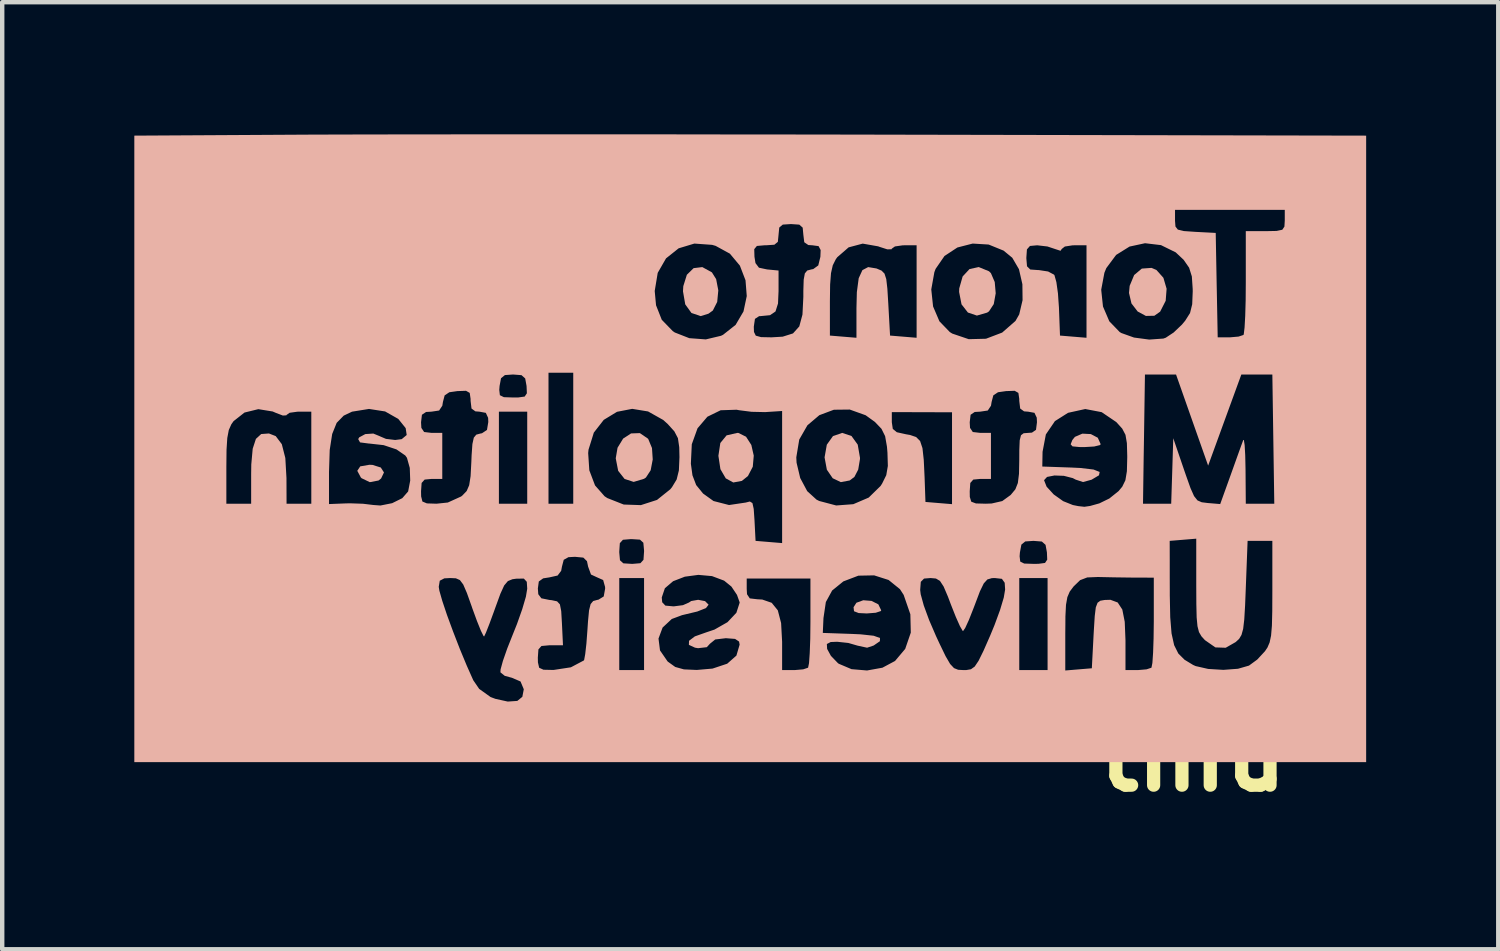
<source format=kicad_pcb>
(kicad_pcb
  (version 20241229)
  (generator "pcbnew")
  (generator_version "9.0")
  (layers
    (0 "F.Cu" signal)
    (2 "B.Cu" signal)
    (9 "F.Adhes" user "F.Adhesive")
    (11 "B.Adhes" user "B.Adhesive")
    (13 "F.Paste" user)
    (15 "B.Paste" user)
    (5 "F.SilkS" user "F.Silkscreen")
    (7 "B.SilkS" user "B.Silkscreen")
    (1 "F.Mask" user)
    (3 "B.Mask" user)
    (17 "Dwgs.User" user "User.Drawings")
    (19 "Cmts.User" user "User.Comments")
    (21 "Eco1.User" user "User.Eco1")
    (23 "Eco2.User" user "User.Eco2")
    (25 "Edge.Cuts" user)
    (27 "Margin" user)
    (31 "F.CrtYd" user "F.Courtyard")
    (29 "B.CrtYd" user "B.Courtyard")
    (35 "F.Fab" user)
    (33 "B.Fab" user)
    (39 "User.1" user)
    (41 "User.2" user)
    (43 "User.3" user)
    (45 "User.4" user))
  (footprint "tmu"
    (layer "F.Cu")
    (at 15.081 6.097)
    (property "Reference" "tmu" (at 8.958 8.004 0) (layer "F.SilkS") (effects (font (size 1.5 1.5) (thickness 0.3))))
    (attr board_only exclude_from_pos_files exclude_from_bom)
    (fp_poly (pts (xy -9.951 1.443) (xy -10.018 1.544) (xy -9.938 1.694) (xy -9.92 1.712) (xy -9.734 1.802) (xy -9.535 1.764) (xy -9.477 1.718) (xy -9.412 1.581) (xy -9.484 1.469) (xy -9.672 1.41) (xy -9.744 1.407)) (stroke (width 0) (type solid)) (fill yes) (layer "B.SilkS"))
    (fp_poly (pts (xy 1.316 4.54) (xy 1.251 4.642) (xy 1.262 4.733) (xy 1.367 4.774) (xy 1.552 4.783) (xy 1.755 4.767) (xy 1.87 4.729) (xy 1.879 4.712) (xy 1.814 4.576) (xy 1.659 4.498) (xy 1.472 4.483)) (stroke (width 0) (type solid)) (fill yes) (layer "B.SilkS"))
    (fp_poly (pts (xy 6.278 0.773) (xy 6.22 0.844) (xy 6.181 0.942) (xy 6.223 0.989) (xy 6.379 1.004) (xy 6.498 1.005) (xy 6.715 0.992) (xy 6.846 0.96) (xy 6.863 0.94) (xy 6.797 0.793) (xy 6.639 0.71) (xy 6.447 0.7)) (stroke (width 0) (type solid)) (fill yes) (layer "B.SilkS"))
    (fp_poly (pts (xy -2.381 -3.058) (xy -2.534 -2.908) (xy -2.615 -2.649) (xy -2.622 -2.532) (xy -2.571 -2.236) (xy -2.43 -2.04) (xy -2.22 -1.969) (xy -2.043 -2.024) (xy -1.944 -2.096) (xy -1.845 -2.291) (xy -1.82 -2.553) (xy -1.869 -2.808) (xy -1.965 -2.962) (xy -2.183 -3.082)) (stroke (width 0) (type solid)) (fill yes) (layer "B.SilkS"))
    (fp_poly (pts (xy -1.632 0.739) (xy -1.774 0.912) (xy -1.818 1.203) (xy -1.772 1.507) (xy -1.651 1.715) (xy -1.48 1.809) (xy -1.285 1.773) (xy -1.147 1.662) (xy -1.037 1.451) (xy -1.015 1.2) (xy -1.07 0.957) (xy -1.19 0.77) (xy -1.363 0.684) (xy -1.387 0.683)) (stroke (width 0) (type solid)) (fill yes) (layer "B.SilkS"))
    (fp_poly (pts (xy 0.784 0.755) (xy 0.644 0.951) (xy 0.593 1.239) (xy 0.645 1.519) (xy 0.778 1.713) (xy 0.962 1.801) (xy 1.164 1.763) (xy 1.271 1.682) (xy 1.357 1.516) (xy 1.397 1.276) (xy 1.397 1.246) (xy 1.346 0.95) (xy 1.205 0.754) (xy 0.995 0.683)) (stroke (width 0) (type solid)) (fill yes) (layer "B.SilkS"))
    (fp_poly (pts (xy 7.797 -3.048) (xy 7.623 -2.902) (xy 7.521 -2.656) (xy 7.506 -2.495) (xy 7.562 -2.256) (xy 7.702 -2.074) (xy 7.889 -1.973) (xy 8.082 -1.977) (xy 8.213 -2.07) (xy 8.339 -2.317) (xy 8.36 -2.59) (xy 8.287 -2.839) (xy 8.128 -3.017) (xy 8.018 -3.064)) (stroke (width 0) (type solid)) (fill yes) (layer "B.SilkS"))
    (fp_poly (pts (xy -3.801 0.695) (xy -3.981 0.812) (xy -4.108 1.02) (xy -4.149 1.26) (xy -4.094 1.544) (xy -3.948 1.729) (xy -3.742 1.796) (xy -3.506 1.725) (xy -3.463 1.696) (xy -3.356 1.532) (xy -3.309 1.286) (xy -3.326 1.027) (xy -3.411 0.822) (xy -3.417 0.814) (xy -3.601 0.688)) (stroke (width 0) (type solid)) (fill yes) (layer "B.SilkS"))
    (fp_poly (pts (xy 3.884 -3.037) (xy 3.728 -2.869) (xy 3.651 -2.598) (xy 3.648 -2.518) (xy 3.703 -2.236) (xy 3.848 -2.05) (xy 4.052 -1.981) (xy 4.284 -2.048) (xy 4.327 -2.077) (xy 4.435 -2.242) (xy 4.479 -2.487) (xy 4.457 -2.743) (xy 4.371 -2.943) (xy 4.327 -2.987) (xy 4.093 -3.083)) (stroke (width 0) (type solid)) (fill yes) (layer "B.SilkS"))
    (fp_poly (pts (xy -6.625 -6.097) (xy -7.735 -6.096) (xy -8.751 -6.095) (xy -9.66 -6.094) (xy -10.447 -6.092) (xy -11.097 -6.09) (xy -11.444 -6.088) (xy -15.081 -6.067) (xy -15.081 1.046) (xy -15.081 8.159) (xy -1.095 8.159) (xy 12.891 8.159) (xy 12.891 3.135) (xy 10.761 3.135) (xy 10.761 4.275) (xy 10.759 4.733) (xy 10.751 5.06) (xy 10.732 5.286) (xy 10.699 5.442) (xy 10.649 5.558) (xy 10.593 5.641) (xy 10.418 5.83) (xy 10.232 5.966) (xy 10.231 5.967) (xy 9.981 6.039) (xy 9.648 6.064) (xy 9.304 6.043) (xy 9.019 5.978) (xy 8.961 5.952) (xy 8.767 5.834) (xy 8.626 5.693) (xy 8.531 5.503) (xy 8.472 5.237) (xy 8.442 4.869) (xy 8.432 4.371) (xy 8.432 4.26) (xy 8.431 3.97) (xy 8.069 3.97) (xy 8.069 4.966) (xy 8.064 5.351) (xy 8.053 5.675) (xy 8.037 5.907) (xy 8.016 6.013) (xy 8.015 6.015) (xy 7.905 6.052) (xy 7.709 6.069) (xy 7.693 6.069) (xy 7.426 6.069) (xy 7.426 5.391) (xy 7.409 4.973) (xy 7.354 4.694) (xy 7.249 4.534) (xy 7.085 4.473) (xy 6.953 4.477) (xy 6.855 4.494) (xy 6.792 4.54) (xy 6.752 4.645) (xy 6.728 4.841) (xy 6.708 5.158) (xy 6.702 5.265) (xy 6.662 6.028) (xy 6.36 6.053) (xy 6.059 6.078) (xy 6.059 5.234) (xy 6.061 5.024) (xy 5.657 5.024) (xy 5.657 6.069) (xy 5.336 6.069) (xy 5.014 6.069) (xy 5.014 5.024) (xy 5.014 4.24) (xy 4.693 4.24) (xy 4.662 4.423) (xy 4.577 4.707) (xy 4.452 5.047) (xy 4.354 5.285) (xy 4.201 5.633) (xy 4.09 5.858) (xy 4.002 5.989) (xy 3.917 6.05) (xy 3.813 6.068) (xy 3.748 6.069) (xy 3.626 6.062) (xy 3.532 6.024) (xy 3.444 5.93) (xy 3.341 5.753) (xy 3.203 5.467) (xy 3.123 5.295) (xy 3.09 5.218) (xy 2.551 5.218) (xy 2.424 5.588) (xy 2.193 5.862) (xy 1.907 6.015) (xy 1.557 6.078) (xy 1.205 6.048) (xy 0.915 5.925) (xy 0.895 5.91) (xy 0.737 5.746) (xy 0.651 5.588) (xy 0.645 5.477) (xy 0.732 5.432) (xy 0.878 5.426) (xy 1.132 5.453) (xy 1.343 5.514) (xy 1.559 5.561) (xy 1.708 5.511) (xy 1.85 5.413) (xy 1.851 5.34) (xy 1.707 5.289) (xy 1.411 5.257) (xy 1.216 5.248) (xy 0.553 5.225) (xy 0.564 4.976) (xy 0.272 4.976) (xy 0.268 5.359) (xy 0.256 5.682) (xy 0.24 5.911) (xy 0.219 6.014) (xy 0.218 6.015) (xy 0.108 6.052) (xy -0.087 6.069) (xy -0.103 6.069) (xy -0.371 6.069) (xy -0.371 5.426) (xy -0.394 5.001) (xy -0.469 4.712) (xy -0.608 4.541) (xy -1.336 4.541) (xy -1.41 4.768) (xy -1.611 4.981) (xy -1.906 5.149) (xy -2.099 5.214) (xy -2.353 5.304) (xy -2.485 5.404) (xy -2.488 5.496) (xy -2.35 5.56) (xy -2.28 5.572) (xy -2.081 5.549) (xy -2.01 5.471) (xy -1.89 5.374) (xy -1.649 5.345) (xy -1.439 5.361) (xy -1.349 5.421) (xy -1.336 5.491) (xy -1.409 5.74) (xy -1.618 5.924) (xy -1.951 6.035) (xy -2.309 6.066) (xy -2.601 6.053) (xy -2.798 5.998) (xy -2.961 5.881) (xy -2.972 5.872) (xy -3.144 5.622) (xy -3.178 5.353) (xy -3.085 5.103) (xy -3 5.024) (xy -3.506 5.024) (xy -3.506 6.069) (xy -3.787 6.069) (xy -4.069 6.069) (xy -4.069 5.024) (xy -4.069 4.22) (xy -4.39 4.22) (xy -4.422 4.397) (xy -4.541 4.47) (xy -4.571 4.476) (xy -4.661 4.501) (xy -4.719 4.569) (xy -4.755 4.712) (xy -4.779 4.964) (xy -4.792 5.158) (xy -4.815 5.466) (xy -4.842 5.705) (xy -4.866 5.837) (xy -4.873 5.85) (xy -5.168 6.006) (xy -5.561 6.066) (xy -5.576 6.066) (xy -5.79 6.061) (xy -5.888 6.016) (xy -5.916 5.894) (xy -5.918 5.787) (xy -5.905 5.6) (xy -5.836 5.522) (xy -5.661 5.506) (xy -5.632 5.506) (xy -5.347 5.506) (xy -5.371 5.004) (xy -5.387 4.73) (xy -5.417 4.577) (xy -5.481 4.508) (xy -5.601 4.482) (xy -5.656 4.476) (xy -5.838 4.439) (xy -5.908 4.346) (xy -5.917 4.222) (xy -6.159 4.222) (xy -6.189 4.402) (xy -6.272 4.685) (xy -6.392 5.024) (xy -6.482 5.249) (xy -6.613 5.579) (xy -6.711 5.86) (xy -6.764 6.054) (xy -6.768 6.12) (xy -6.669 6.2) (xy -6.506 6.244) (xy -6.311 6.328) (xy -6.237 6.505) (xy -6.27 6.676) (xy -6.384 6.769) (xy -6.601 6.784) (xy -6.882 6.722) (xy -6.991 6.681) (xy -7.25 6.496) (xy -7.384 6.3) (xy -7.532 5.968) (xy -7.69 5.587) (xy -7.843 5.192) (xy -7.981 4.817) (xy -8.088 4.497) (xy -8.154 4.266) (xy -8.168 4.178) (xy -8.145 4.04) (xy -8.042 3.986) (xy -7.906 3.979) (xy -7.779 3.985) (xy -7.688 4.025) (xy -7.612 4.126) (xy -7.529 4.318) (xy -7.417 4.632) (xy -7.408 4.66) (xy -7.3 4.955) (xy -7.21 5.178) (xy -7.151 5.296) (xy -7.137 5.305) (xy -7.096 5.218) (xy -7.017 5.017) (xy -6.915 4.74) (xy -6.881 4.645) (xy -6.768 4.335) (xy -6.682 4.147) (xy -6.598 4.048) (xy -6.495 4.006) (xy -6.41 3.994) (xy -6.236 3.991) (xy -6.169 4.064) (xy -6.159 4.222) (xy -5.917 4.222) (xy -5.918 4.22) (xy -5.896 4.057) (xy -5.797 3.986) (xy -5.656 3.964) (xy -5.469 3.922) (xy -5.388 3.815) (xy -5.37 3.718) (xy -5.33 3.565) (xy -5.223 3.505) (xy -5.074 3.497) (xy -4.885 3.515) (xy -4.802 3.596) (xy -4.777 3.718) (xy -4.711 3.899) (xy -4.571 3.964) (xy -4.435 4.024) (xy -4.391 4.181) (xy -4.39 4.22) (xy -4.069 4.22) (xy -4.069 3.979) (xy -3.787 3.979) (xy -3.506 3.979) (xy -3.506 5.024) (xy -3 5.024) (xy -2.877 4.909) (xy -2.644 4.822) (xy -2.297 4.739) (xy -2.1 4.661) (xy -2.041 4.584) (xy -2.042 4.582) (xy -2.121 4.503) (xy -2.278 4.473) (xy -2.436 4.501) (xy -2.487 4.535) (xy -2.623 4.595) (xy -2.831 4.622) (xy -2.839 4.622) (xy -3.022 4.605) (xy -3.094 4.529) (xy -3.104 4.42) (xy -3.033 4.21) (xy -2.846 4.051) (xy -2.58 3.948) (xy -2.273 3.907) (xy -1.963 3.935) (xy -1.688 4.038) (xy -1.523 4.172) (xy -1.396 4.361) (xy -1.336 4.529) (xy -1.336 4.541) (xy -0.608 4.541) (xy -0.608 4.541) (xy -0.822 4.467) (xy -0.934 4.461) (xy -1.105 4.441) (xy -1.168 4.347) (xy -1.175 4.226) (xy -1.175 3.99) (xy -0.452 3.99) (xy 0.272 3.99) (xy 0.272 4.976) (xy 0.564 4.976) (xy 0.568 4.888) (xy 0.622 4.524) (xy 0.765 4.262) (xy 1.02 4.055) (xy 1.361 3.925) (xy 1.718 3.918) (xy 2.047 4.023) (xy 2.305 4.232) (xy 2.389 4.362) (xy 2.541 4.802) (xy 2.551 5.218) (xy 3.09 5.218) (xy 2.967 4.933) (xy 2.846 4.603) (xy 2.776 4.348) (xy 2.764 4.25) (xy 2.778 4.065) (xy 2.852 3.991) (xy 3 3.979) (xy 3.122 3.99) (xy 3.213 4.044) (xy 3.296 4.171) (xy 3.395 4.403) (xy 3.462 4.581) (xy 3.573 4.861) (xy 3.667 5.072) (xy 3.729 5.178) (xy 3.737 5.184) (xy 3.786 5.114) (xy 3.871 4.929) (xy 3.976 4.663) (xy 4.007 4.582) (xy 4.121 4.28) (xy 4.208 4.101) (xy 4.29 4.011) (xy 4.392 3.981) (xy 4.46 3.979) (xy 4.62 3.997) (xy 4.683 4.086) (xy 4.693 4.24) (xy 5.014 4.24) (xy 5.014 3.979) (xy 5.336 3.979) (xy 5.657 3.979) (xy 5.657 5.024) (xy 6.061 5.024) (xy 6.062 4.849) (xy 6.075 4.588) (xy 6.106 4.413) (xy 6.16 4.287) (xy 6.245 4.174) (xy 6.251 4.167) (xy 6.396 4.027) (xy 6.558 3.965) (xy 6.804 3.955) (xy 6.834 3.956) (xy 7.165 3.963) (xy 7.528 3.968) (xy 7.647 3.969) (xy 8.069 3.97) (xy 8.431 3.97) (xy 8.431 3.561) (xy 5.649 3.561) (xy 5.599 3.636) (xy 5.449 3.656) (xy 5.336 3.657) (xy 5.126 3.65) (xy 5.036 3.605) (xy 5.022 3.485) (xy 5.029 3.396) (xy 5.033 3.376) (xy -3.506 3.376) (xy -3.519 3.565) (xy -3.589 3.642) (xy -3.766 3.657) (xy -3.787 3.657) (xy -3.976 3.645) (xy -4.053 3.575) (xy -4.069 3.397) (xy -4.069 3.376) (xy -4.056 3.187) (xy -3.986 3.11) (xy -3.809 3.095) (xy -3.787 3.095) (xy -3.599 3.107) (xy -3.522 3.177) (xy -3.506 3.355) (xy -3.506 3.376) (xy 5.033 3.376) (xy 5.062 3.22) (xy 5.15 3.148) (xy 5.336 3.135) (xy 5.527 3.15) (xy 5.611 3.225) (xy 5.642 3.396) (xy 5.649 3.561) (xy 8.431 3.561) (xy 8.43 3.135) (xy 8.732 3.11) (xy 9.033 3.085) (xy 9.033 4.138) (xy 9.035 4.57) (xy 9.042 4.871) (xy 9.061 5.073) (xy 9.095 5.206) (xy 9.151 5.302) (xy 9.23 5.389) (xy 9.467 5.554) (xy 9.702 5.562) (xy 9.928 5.433) (xy 10.006 5.361) (xy 10.06 5.271) (xy 10.098 5.134) (xy 10.123 4.922) (xy 10.142 4.604) (xy 10.158 4.207) (xy 10.199 3.135) (xy 10.48 3.135) (xy 10.761 3.135) (xy 12.891 3.135) (xy 12.891 2.291) (xy 10.805 2.291) (xy 10.482 2.291) (xy 10.158 2.291) (xy 10.152 1.507) (xy 10.145 1.19) (xy 10.132 0.96) (xy 10.114 0.844) (xy 10.101 0.844) (xy 10.054 0.971) (xy 9.969 1.207) (xy 9.861 1.509) (xy 9.817 1.632) (xy 9.577 2.299) (xy 9.291 2.275) (xy 9.157 2.258) (xy 9.061 2.216) (xy 8.983 2.118) (xy 8.902 1.936) (xy 8.797 1.64) (xy 8.758 1.527) (xy 8.511 0.804) (xy 8.488 1.547) (xy 8.464 2.291) (xy 8.144 2.291) (xy 7.824 2.291) (xy 7.839 1.241) (xy 7.466 1.241) (xy 7.458 1.554) (xy 7.424 1.758) (xy 7.353 1.904) (xy 7.269 2.005) (xy 7.059 2.173) (xy 6.829 2.285) (xy 6.827 2.285) (xy 6.623 2.342) (xy 6.493 2.361) (xy 6.356 2.346) (xy 6.231 2.321) (xy 6.011 2.233) (xy 5.796 2.08) (xy 5.635 1.904) (xy 5.577 1.757) (xy 5.645 1.683) (xy 5.814 1.65) (xy 6.027 1.658) (xy 6.23 1.71) (xy 6.295 1.744) (xy 6.462 1.799) (xy 6.656 1.746) (xy 6.824 1.646) (xy 6.84 1.57) (xy 6.701 1.515) (xy 6.406 1.48) (xy 6.2 1.47) (xy 5.537 1.447) (xy 5.543 1.112) (xy 5.618 0.718) (xy 5.806 0.442) (xy 5.416 0.442) (xy 5.394 0.614) (xy 5.302 0.677) (xy 5.215 0.683) (xy 5.113 0.691) (xy 5.053 0.736) (xy 5.024 0.852) (xy 5.015 1.073) (xy 5.014 1.29) (xy 5.008 1.612) (xy 4.982 1.821) (xy 4.926 1.963) (xy 4.826 2.084) (xy 4.817 2.094) (xy 4.628 2.231) (xy 4.388 2.286) (xy 4.254 2.291) (xy 4.03 2.285) (xy 3.924 2.245) (xy 3.891 2.138) (xy 3.889 2.009) (xy 3.902 1.82) (xy 3.97 1.743) (xy 4.13 1.728) (xy 4.371 1.728) (xy 4.371 1.206) (xy 4.371 0.683) (xy 4.13 0.683) (xy 3.959 0.663) (xy 3.896 0.569) (xy 3.889 0.442) (xy 3.909 0.271) (xy 3.992 0.215) (xy 3.487 0.215) (xy 3.487 1.258) (xy 3.487 2.301) (xy 3.185 2.276) (xy 2.884 2.251) (xy 2.864 1.688) (xy 2.852 1.433) (xy 2.03 1.433) (xy 1.994 1.643) (xy 1.9 1.833) (xy 1.864 1.889) (xy 1.595 2.152) (xy 1.245 2.302) (xy 0.857 2.331) (xy 0.471 2.229) (xy 0.41 2.198) (xy 0.199 2.006) (xy 0.04 1.708) (xy -0.043 1.359) (xy -0.049 1.238) (xy 0.018 0.834) (xy 0.203 0.511) (xy 0.474 0.281) (xy 0.727 0.186) (xy -0.371 0.186) (xy -0.371 1.686) (xy -0.371 3.185) (xy -0.673 3.16) (xy -0.974 3.135) (xy -0.998 2.669) (xy -1.016 2.409) (xy -1.045 2.277) (xy -1.103 2.241) (xy -1.199 2.265) (xy -1.576 2.321) (xy -1.929 2.23) (xy -2.166 2.06) (xy -2.323 1.867) (xy -2.407 1.646) (xy -2.443 1.383) (xy -2.436 1.232) (xy -2.702 1.232) (xy -2.715 1.535) (xy -2.766 1.741) (xy -2.872 1.916) (xy -2.91 1.963) (xy -3.212 2.205) (xy -3.578 2.323) (xy -3.968 2.31) (xy -4.34 2.163) (xy -4.402 2.122) (xy -4.619 1.876) (xy -4.749 1.533) (xy -4.775 1.141) (xy -4.767 1.063) (xy -4.686 0.804) (xy -5.114 0.804) (xy -5.114 2.291) (xy -5.395 2.291) (xy -5.676 2.291) (xy -5.676 1.246) (xy -6.159 1.246) (xy -6.159 2.291) (xy -6.48 2.291) (xy -6.802 2.291) (xy -6.802 1.246) (xy -6.802 0.436) (xy -7.043 0.436) (xy -7.073 0.616) (xy -7.186 0.691) (xy -7.224 0.698) (xy -7.316 0.723) (xy -7.372 0.791) (xy -7.404 0.936) (xy -7.422 1.192) (xy -7.428 1.343) (xy -7.445 1.666) (xy -7.477 1.871) (xy -7.534 2.003) (xy -7.631 2.104) (xy -7.66 2.127) (xy -7.962 2.264) (xy -8.219 2.291) (xy -8.437 2.284) (xy -8.539 2.241) (xy -8.568 2.125) (xy -8.57 2.009) (xy -8.557 1.82) (xy -8.508 1.765) (xy -8.816 1.765) (xy -8.863 2.012) (xy -8.996 2.165) (xy -9.226 2.279) (xy -9.492 2.332) (xy -9.655 2.32) (xy -9.888 2.292) (xy -10.18 2.282) (xy -10.278 2.284) (xy -10.66 2.299) (xy -10.66 1.569) (xy -10.644 1.071) (xy -10.588 0.708) (xy -10.486 0.455) (xy -10.326 0.291) (xy -10.137 0.201) (xy -11.062 0.201) (xy -11.062 1.246) (xy -11.062 2.291) (xy -11.343 2.291) (xy -11.624 2.291) (xy -11.626 1.708) (xy -11.652 1.253) (xy -11.732 0.939) (xy -11.87 0.756) (xy -12.024 0.696) (xy -12.2 0.709) (xy -12.32 0.819) (xy -12.393 1.043) (xy -12.425 1.399) (xy -12.428 1.623) (xy -12.428 2.291) (xy -12.71 2.291) (xy -12.991 2.291) (xy -12.991 1.458) (xy -12.987 1.066) (xy -12.97 0.799) (xy -12.936 0.619) (xy -12.878 0.488) (xy -12.827 0.416) (xy -12.579 0.221) (xy -12.265 0.144) (xy -11.939 0.197) (xy -11.87 0.227) (xy -11.708 0.289) (xy -11.627 0.284) (xy -11.624 0.275) (xy -11.554 0.226) (xy -11.38 0.202) (xy -11.343 0.201) (xy -11.062 0.201) (xy -10.137 0.201) (xy -10.137 0.201) (xy -9.752 0.139) (xy -9.386 0.196) (xy -9.09 0.364) (xy -9.081 0.373) (xy -8.919 0.575) (xy -8.896 0.731) (xy -9.009 0.825) (xy -9.157 0.844) (xy -9.366 0.819) (xy -9.507 0.759) (xy -9.509 0.757) (xy -9.654 0.698) (xy -9.836 0.71) (xy -9.974 0.784) (xy -9.997 0.824) (xy -9.955 0.899) (xy -9.761 0.924) (xy -9.754 0.924) (xy -9.42 0.961) (xy -9.128 1.058) (xy -8.928 1.196) (xy -8.89 1.249) (xy -8.826 1.478) (xy -8.816 1.765) (xy -8.508 1.765) (xy -8.488 1.743) (xy -8.329 1.728) (xy -8.088 1.728) (xy -8.088 1.206) (xy -8.088 0.683) (xy -8.329 0.683) (xy -8.5 0.663) (xy -8.563 0.569) (xy -8.57 0.442) (xy -8.55 0.271) (xy -8.456 0.208) (xy -8.334 0.201) (xy -8.16 0.175) (xy -8.087 0.066) (xy -8.073 -0.02) (xy -8.034 -0.169) (xy -7.928 -0.24) (xy -7.746 -0.266) (xy -7.549 -0.273) (xy -7.465 -0.225) (xy -7.445 -0.089) (xy -7.445 -0.045) (xy -7.424 0.13) (xy -7.336 0.194) (xy -7.244 0.201) (xy -7.099 0.228) (xy -7.047 0.341) (xy -7.043 0.436) (xy -6.802 0.436) (xy -6.802 0.201) (xy -6.48 0.201) (xy -6.159 0.201) (xy -6.159 1.246) (xy -5.676 1.246) (xy -5.676 0.804) (xy -5.676 -0.216) (xy -6.167 -0.216) (xy -6.217 -0.142) (xy -6.367 -0.121) (xy -6.48 -0.121) (xy -6.689 -0.128) (xy -6.78 -0.173) (xy -6.794 -0.293) (xy -6.787 -0.382) (xy -6.754 -0.558) (xy -6.666 -0.63) (xy -6.48 -0.643) (xy -6.289 -0.628) (xy -6.205 -0.553) (xy -6.174 -0.382) (xy -6.167 -0.216) (xy -5.676 -0.216) (xy -5.676 -0.683) (xy -5.395 -0.683) (xy -5.114 -0.683) (xy -5.114 0.804) (xy -4.686 0.804) (xy -4.647 0.677) (xy -4.421 0.387) (xy -4.12 0.204) (xy -3.775 0.137) (xy -3.415 0.196) (xy -3.07 0.39) (xy -2.969 0.481) (xy -2.818 0.648) (xy -2.737 0.803) (xy -2.707 1.009) (xy -2.702 1.232) (xy -2.436 1.232) (xy -2.422 0.941) (xy -2.292 0.579) (xy -2.068 0.316) (xy -1.767 0.169) (xy -1.405 0.157) (xy -1.348 0.168) (xy -1.066 0.204) (xy -0.757 0.211) (xy -0.713 0.208) (xy -0.371 0.186) (xy 0.727 0.186) (xy 0.805 0.157) (xy 1.165 0.153) (xy 1.525 0.282) (xy 1.736 0.434) (xy 1.885 0.59) (xy 1.968 0.757) (xy 2.01 0.998) (xy 2.021 1.133) (xy 2.03 1.433) (xy 2.852 1.433) (xy 2.845 1.293) (xy 2.816 1.029) (xy 2.762 0.867) (xy 2.672 0.777) (xy 2.533 0.73) (xy 2.441 0.714) (xy 2.234 0.668) (xy 2.142 0.592) (xy 2.121 0.448) (xy 2.12 0.437) (xy 2.12 0.211) (xy 2.804 0.213) (xy 3.487 0.215) (xy 3.992 0.215) (xy 4.002 0.208) (xy 4.125 0.201) (xy 4.299 0.175) (xy 4.372 0.066) (xy 4.386 -0.02) (xy 4.425 -0.169) (xy 4.531 -0.24) (xy 4.713 -0.266) (xy 4.91 -0.273) (xy 4.994 -0.225) (xy 5.014 -0.089) (xy 5.014 -0.045) (xy 5.035 0.13) (xy 5.123 0.194) (xy 5.215 0.201) (xy 5.359 0.227) (xy 5.411 0.337) (xy 5.416 0.442) (xy 5.806 0.442) (xy 5.823 0.416) (xy 6.122 0.227) (xy 6.513 0.141) (xy 6.885 0.212) (xy 7.214 0.435) (xy 7.221 0.441) (xy 7.352 0.586) (xy 7.426 0.727) (xy 7.458 0.916) (xy 7.466 1.207) (xy 7.466 1.241) (xy 7.839 1.241) (xy 7.846 0.824) (xy 7.868 -0.643) (xy 8.221 -0.643) (xy 8.574 -0.643) (xy 8.938 0.391) (xy 9.303 1.426) (xy 9.68 0.391) (xy 10.057 -0.643) (xy 10.409 -0.643) (xy 10.761 -0.643) (xy 10.783 0.824) (xy 10.805 2.291) (xy 12.891 2.291) (xy 12.891 1.046) (xy 12.891 -4.14) (xy 11.043 -4.14) (xy 11.035 -4.002) (xy 10.987 -3.93) (xy 10.857 -3.903) (xy 10.607 -3.898) (xy 10.601 -3.898) (xy 10.158 -3.898) (xy 10.158 -2.746) (xy 10.155 -2.331) (xy 10.145 -1.975) (xy 10.13 -1.708) (xy 10.112 -1.559) (xy 10.105 -1.541) (xy 9.994 -1.504) (xy 9.799 -1.487) (xy 9.785 -1.487) (xy 9.52 -1.487) (xy 9.5 -2.529) (xy 8.953 -2.529) (xy 8.941 -2.238) (xy 8.892 -2.039) (xy 8.782 -1.865) (xy 8.708 -1.776) (xy 8.52 -1.597) (xy 8.34 -1.478) (xy 8.286 -1.459) (xy 7.965 -1.436) (xy 7.62 -1.482) (xy 7.334 -1.584) (xy 7.295 -1.607) (xy 7.059 -1.851) (xy 6.915 -2.187) (xy 6.879 -2.527) (xy 6.541 -2.527) (xy 6.541 -1.477) (xy 6.24 -1.502) (xy 5.939 -1.527) (xy 5.915 -2.166) (xy 5.903 -2.331) (xy 5.089 -2.331) (xy 5.013 -2.008) (xy 4.928 -1.859) (xy 4.626 -1.595) (xy 4.258 -1.455) (xy 3.867 -1.445) (xy 3.493 -1.572) (xy 3.437 -1.607) (xy 3.201 -1.851) (xy 3.057 -2.188) (xy 3.016 -2.575) (xy 3.086 -2.966) (xy 3.114 -3.041) (xy 3.316 -3.334) (xy 3.609 -3.527) (xy 3.803 -3.577) (xy 2.683 -3.577) (xy 2.683 -2.527) (xy 2.683 -1.477) (xy 2.382 -1.502) (xy 2.08 -1.527) (xy 2.04 -2.249) (xy 2.019 -2.592) (xy 1.994 -2.809) (xy 1.954 -2.934) (xy 1.887 -3.002) (xy 1.781 -3.047) (xy 1.771 -3.051) (xy 1.583 -3.082) (xy 1.452 -3.013) (xy 1.368 -2.829) (xy 1.326 -2.513) (xy 1.317 -2.15) (xy 1.317 -1.477) (xy 1.015 -1.502) (xy 0.714 -1.527) (xy 0.714 -2.305) (xy 0.719 -2.685) (xy 0.739 -2.945) (xy 0.779 -3.122) (xy 0.847 -3.258) (xy 0.881 -3.306) (xy 1.069 -3.469) (xy 0.504 -3.469) (xy 0.498 -3.316) (xy 0.45 -3.12) (xy 0.336 -3.037) (xy 0.292 -3.029) (xy 0.199 -3.004) (xy 0.145 -2.938) (xy 0.119 -2.797) (xy 0.111 -2.544) (xy 0.111 -2.406) (xy 0.091 -2.004) (xy 0.019 -1.735) (xy -0.124 -1.576) (xy -0.358 -1.502) (xy -0.612 -1.487) (xy -0.85 -1.492) (xy -0.969 -1.525) (xy -1.01 -1.609) (xy -1.014 -1.728) (xy -0.988 -1.906) (xy -0.893 -1.968) (xy -0.86 -1.969) (xy -0.645 -1.99) (xy -0.521 -2.075) (xy -0.464 -2.256) (xy -0.457 -2.424) (xy -1.174 -2.424) (xy -1.248 -2.075) (xy -1.427 -1.77) (xy -1.713 -1.544) (xy -1.759 -1.522) (xy -2.104 -1.44) (xy -2.479 -1.468) (xy -2.808 -1.597) (xy -2.856 -1.63) (xy -3.104 -1.886) (xy -3.234 -2.215) (xy -3.264 -2.54) (xy -3.196 -2.951) (xy -3.007 -3.28) (xy -2.721 -3.508) (xy -2.364 -3.616) (xy -1.961 -3.587) (xy -1.881 -3.564) (xy -1.557 -3.387) (xy -1.33 -3.115) (xy -1.202 -2.782) (xy -1.174 -2.424) (xy -0.457 -2.424) (xy -0.452 -2.535) (xy -0.452 -3.004) (xy -0.713 -3.029) (xy -0.897 -3.068) (xy -0.976 -3.173) (xy -0.999 -3.316) (xy -1.004 -3.489) (xy -0.944 -3.562) (xy -0.773 -3.577) (xy -0.738 -3.577) (xy -0.547 -3.59) (xy -0.468 -3.655) (xy -0.452 -3.815) (xy -0.452 -3.818) (xy -0.436 -3.98) (xy -0.356 -4.047) (xy -0.17 -4.059) (xy 0.019 -4.046) (xy 0.096 -3.978) (xy 0.111 -3.818) (xy 0.132 -3.646) (xy 0.224 -3.583) (xy 0.317 -3.577) (xy 0.457 -3.558) (xy 0.504 -3.469) (xy 1.069 -3.469) (xy 1.139 -3.53) (xy 1.459 -3.615) (xy 1.811 -3.553) (xy 1.837 -3.543) (xy 2.017 -3.485) (xy 2.114 -3.487) (xy 2.12 -3.501) (xy 2.191 -3.551) (xy 2.365 -3.576) (xy 2.402 -3.577) (xy 2.683 -3.577) (xy 3.803 -3.577) (xy 3.956 -3.616) (xy 4.319 -3.594) (xy 4.658 -3.456) (xy 4.855 -3.294) (xy 5.007 -3.034) (xy 5.085 -2.693) (xy 5.089 -2.331) (xy 5.903 -2.331) (xy 5.893 -2.482) (xy 5.857 -2.74) (xy 5.814 -2.895) (xy 5.804 -2.91) (xy 5.669 -2.982) (xy 5.46 -3.014) (xy 5.446 -3.014) (xy 5.264 -3.027) (xy 5.19 -3.1) (xy 5.175 -3.28) (xy 5.175 -3.296) (xy 5.188 -3.484) (xy 5.257 -3.562) (xy 5.421 -3.577) (xy 5.654 -3.55) (xy 5.823 -3.494) (xy 5.951 -3.452) (xy 5.979 -3.494) (xy 6.049 -3.549) (xy 6.223 -3.576) (xy 6.26 -3.577) (xy 6.541 -3.577) (xy 6.541 -2.527) (xy 6.879 -2.527) (xy 6.875 -2.569) (xy 6.947 -2.952) (xy 6.99 -3.058) (xy 7.213 -3.358) (xy 7.518 -3.548) (xy 7.87 -3.624) (xy 8.232 -3.581) (xy 8.566 -3.417) (xy 8.746 -3.248) (xy 8.871 -3.068) (xy 8.933 -2.87) (xy 8.952 -2.588) (xy 8.953 -2.529) (xy 9.5 -2.529) (xy 9.497 -2.673) (xy 9.475 -3.858) (xy 9.013 -3.882) (xy 8.753 -3.9) (xy 8.615 -3.933) (xy 8.561 -4.003) (xy 8.551 -4.132) (xy 8.551 -4.144) (xy 8.551 -4.381) (xy 9.797 -4.381) (xy 11.043 -4.381) (xy 11.043 -4.14) (xy 12.891 -4.14) (xy 12.891 -6.067) (xy 2.542 -6.088) (xy 1.185 -6.091) (xy -0.181 -6.093) (xy -1.541 -6.094) (xy -2.879 -6.096) (xy -4.182 -6.096) (xy -5.436 -6.097)) (stroke (width 0) (type solid)) (fill yes) (layer "B.SilkS")))
  (gr_rect
    (start -3 -3)
    (end 30.972 18.505)
    (stroke (width 0.1) (type default))
    (fill no)
    (layer "Edge.Cuts")))
</source>
